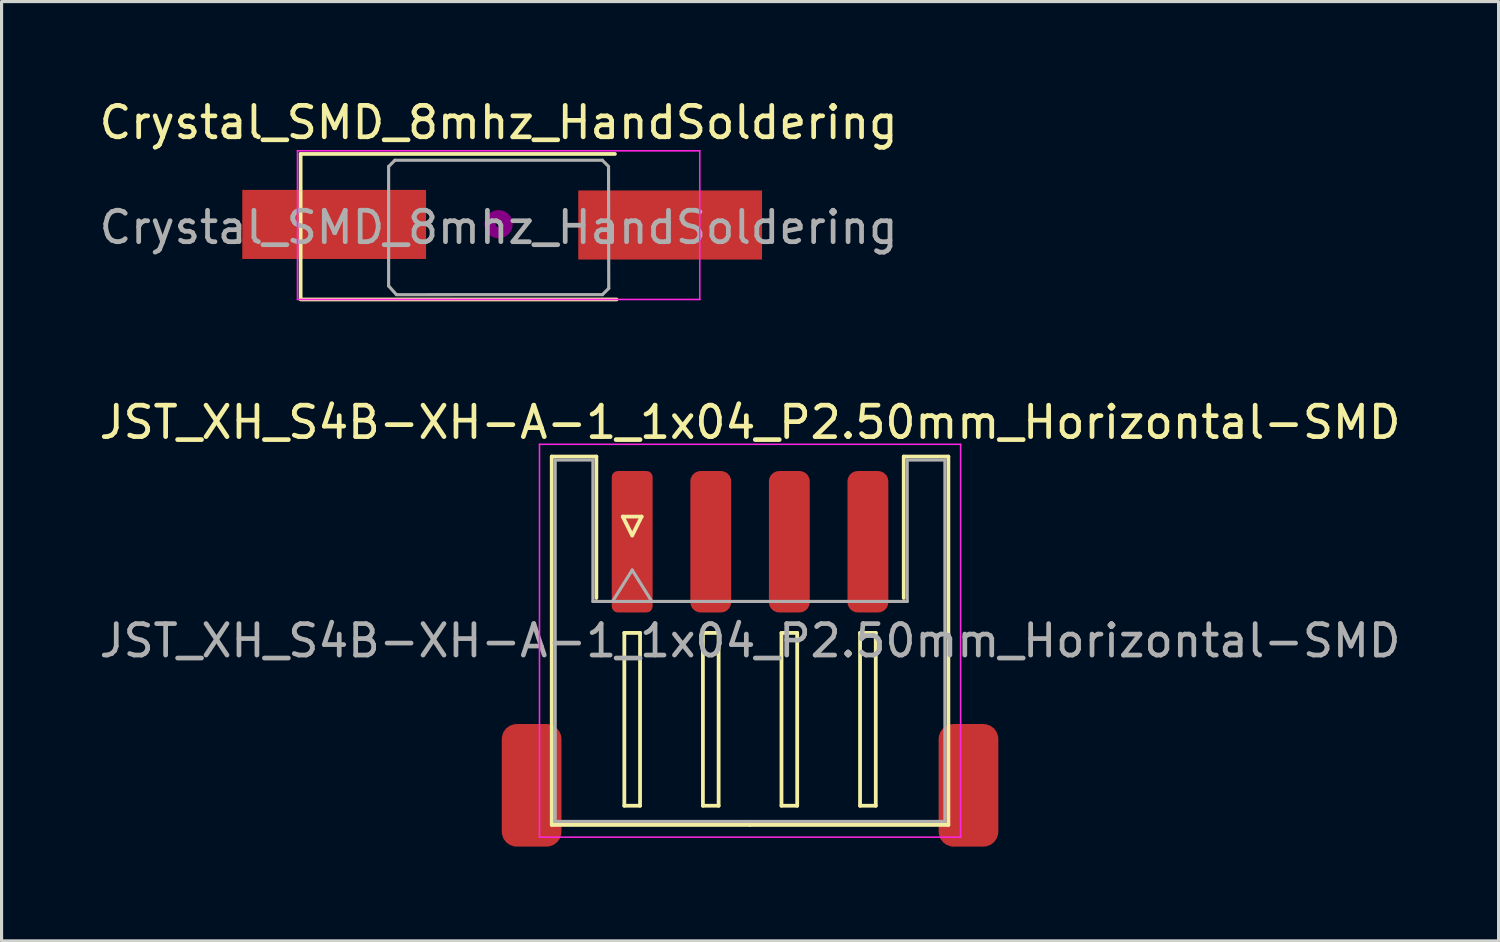
<source format=kicad_pcb>
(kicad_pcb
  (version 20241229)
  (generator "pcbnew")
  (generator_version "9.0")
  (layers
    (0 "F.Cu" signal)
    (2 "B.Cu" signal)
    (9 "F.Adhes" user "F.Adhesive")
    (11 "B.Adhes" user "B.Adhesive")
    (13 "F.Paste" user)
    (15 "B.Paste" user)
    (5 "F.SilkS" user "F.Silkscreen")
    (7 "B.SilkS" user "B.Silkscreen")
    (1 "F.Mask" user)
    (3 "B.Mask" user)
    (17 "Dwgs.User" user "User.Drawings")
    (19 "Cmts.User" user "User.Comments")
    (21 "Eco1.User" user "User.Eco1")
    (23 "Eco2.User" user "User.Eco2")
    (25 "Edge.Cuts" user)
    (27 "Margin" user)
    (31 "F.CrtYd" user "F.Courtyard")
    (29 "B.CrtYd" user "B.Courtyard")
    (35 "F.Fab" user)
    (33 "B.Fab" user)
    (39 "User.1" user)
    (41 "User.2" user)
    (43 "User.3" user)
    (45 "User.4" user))
  (footprint "JST_XH_S4B-XH-A-1_1x04_P2.50mm_Horizontal-SMD"
    (layer "F.Cu")
    (at 17.065 15.487)
    (property "Reference" "JST_XH_S4B-XH-A-1_1x04_P2.50mm_Horizontal-SMD" (at 3.75 -5.1 0) (layer "F.SilkS") (effects (font (size 1 1) (thickness 0.15))))
    (attr through_hole)
    (fp_line (start -2.56 -4.01) (end -1.14 -4.01) (stroke (width 0.12) (type solid)) (layer "F.SilkS"))
    (fp_line (start -2.56 7.71) (end -2.56 -4.01) (stroke (width 0.12) (type solid)) (layer "F.SilkS"))
    (fp_line (start -1.14 -4.01) (end -1.14 0.49) (stroke (width 0.12) (type solid)) (layer "F.SilkS"))
    (fp_line (start -0.3 -2.1) (end 0.3 -2.1) (stroke (width 0.12) (type solid)) (layer "F.SilkS"))
    (fp_line (start -0.25 1.6) (end -0.25 7.1) (stroke (width 0.12) (type solid)) (layer "F.SilkS"))
    (fp_line (start -0.25 7.1) (end 0.25 7.1) (stroke (width 0.12) (type solid)) (layer "F.SilkS"))
    (fp_line (start 0 -1.5) (end -0.3 -2.1) (stroke (width 0.12) (type solid)) (layer "F.SilkS"))
    (fp_line (start 0.25 1.6) (end -0.25 1.6) (stroke (width 0.12) (type solid)) (layer "F.SilkS"))
    (fp_line (start 0.25 7.1) (end 0.25 1.6) (stroke (width 0.12) (type solid)) (layer "F.SilkS"))
    (fp_line (start 0.3 -2.1) (end 0 -1.5) (stroke (width 0.12) (type solid)) (layer "F.SilkS"))
    (fp_line (start 2.25 1.6) (end 2.25 7.1) (stroke (width 0.12) (type solid)) (layer "F.SilkS"))
    (fp_line (start 2.25 7.1) (end 2.75 7.1) (stroke (width 0.12) (type solid)) (layer "F.SilkS"))
    (fp_line (start 2.75 1.6) (end 2.25 1.6) (stroke (width 0.12) (type solid)) (layer "F.SilkS"))
    (fp_line (start 2.75 7.1) (end 2.75 1.6) (stroke (width 0.12) (type solid)) (layer "F.SilkS"))
    (fp_line (start 3.75 7.71) (end -2.56 7.71) (stroke (width 0.12) (type solid)) (layer "F.SilkS"))
    (fp_line (start 3.75 7.71) (end 10.06 7.71) (stroke (width 0.12) (type solid)) (layer "F.SilkS"))
    (fp_line (start 4.75 1.6) (end 4.75 7.1) (stroke (width 0.12) (type solid)) (layer "F.SilkS"))
    (fp_line (start 4.75 7.1) (end 5.25 7.1) (stroke (width 0.12) (type solid)) (layer "F.SilkS"))
    (fp_line (start 5.25 1.6) (end 4.75 1.6) (stroke (width 0.12) (type solid)) (layer "F.SilkS"))
    (fp_line (start 5.25 7.1) (end 5.25 1.6) (stroke (width 0.12) (type solid)) (layer "F.SilkS"))
    (fp_line (start 7.25 1.6) (end 7.25 7.1) (stroke (width 0.12) (type solid)) (layer "F.SilkS"))
    (fp_line (start 7.25 7.1) (end 7.75 7.1) (stroke (width 0.12) (type solid)) (layer "F.SilkS"))
    (fp_line (start 7.75 1.6) (end 7.25 1.6) (stroke (width 0.12) (type solid)) (layer "F.SilkS"))
    (fp_line (start 7.75 7.1) (end 7.75 1.6) (stroke (width 0.12) (type solid)) (layer "F.SilkS"))
    (fp_line (start 8.64 -4.01) (end 8.64 0.49) (stroke (width 0.12) (type solid)) (layer "F.SilkS"))
    (fp_line (start 10.06 -4.01) (end 8.64 -4.01) (stroke (width 0.12) (type solid)) (layer "F.SilkS"))
    (fp_line (start 10.06 7.71) (end 10.06 -4.01) (stroke (width 0.12) (type solid)) (layer "F.SilkS"))
    (fp_line (start -2.95 -4.4) (end -2.95 8.1) (stroke (width 0.05) (type solid)) (layer "F.CrtYd"))
    (fp_line (start -2.95 8.1) (end 10.45 8.1) (stroke (width 0.05) (type solid)) (layer "F.CrtYd"))
    (fp_line (start 10.45 -4.4) (end -2.95 -4.4) (stroke (width 0.05) (type solid)) (layer "F.CrtYd"))
    (fp_line (start 10.45 8.1) (end 10.45 -4.4) (stroke (width 0.05) (type solid)) (layer "F.CrtYd"))
    (fp_line (start -2.45 -3.9) (end -1.25 -3.9) (stroke (width 0.1) (type solid)) (layer "F.Fab"))
    (fp_line (start -2.45 7.6) (end -2.45 -3.9) (stroke (width 0.1) (type solid)) (layer "F.Fab"))
    (fp_line (start -1.25 -3.9) (end -1.25 0.6) (stroke (width 0.1) (type solid)) (layer "F.Fab"))
    (fp_line (start -1.25 0.6) (end 3.75 0.6) (stroke (width 0.1) (type solid)) (layer "F.Fab"))
    (fp_line (start -0.625 0.6) (end 0 -0.4) (stroke (width 0.1) (type solid)) (layer "F.Fab"))
    (fp_line (start 0 -0.4) (end 0.625 0.6) (stroke (width 0.1) (type solid)) (layer "F.Fab"))
    (fp_line (start 3.75 7.6) (end -2.45 7.6) (stroke (width 0.1) (type solid)) (layer "F.Fab"))
    (fp_line (start 3.75 7.6) (end 9.95 7.6) (stroke (width 0.1) (type solid)) (layer "F.Fab"))
    (fp_line (start 8.75 -3.9) (end 8.75 0.6) (stroke (width 0.1) (type solid)) (layer "F.Fab"))
    (fp_line (start 8.75 0.6) (end 3.75 0.6) (stroke (width 0.1) (type solid)) (layer "F.Fab"))
    (fp_line (start 9.95 -3.9) (end 8.75 -3.9) (stroke (width 0.1) (type solid)) (layer "F.Fab"))
    (fp_line (start 9.95 7.6) (end 9.95 -3.9) (stroke (width 0.1) (type solid)) (layer "F.Fab"))
    (fp_text user "${REFERENCE}" (at 3.75 1.85 0) (layer "F.Fab") (effects (font (size 1 1) (thickness 0.15))))
    (pad "1" smd roundrect (at 0 -1.3) (size 1.3 4.5) (layers "F.Cu" "F.Mask" "F.Paste") (roundrect_rratio 0.147))
    (pad "2" smd roundrect (at 2.5 -1.3) (size 1.3 4.5) (layers "F.Cu" "F.Mask" "F.Paste") (roundrect_rratio 0.25))
    (pad "3" smd roundrect (at 5 -1.3) (size 1.3 4.5) (layers "F.Cu" "F.Mask" "F.Paste") (roundrect_rratio 0.25))
    (pad "4" smd roundrect (at 7.5 -1.3) (size 1.3 4.5) (layers "F.Cu" "F.Mask" "F.Paste") (roundrect_rratio 0.25))
    (pad "5" smd roundrect (at 10.7 6.45) (size 1.9 3.9) (layers "F.Cu" "F.Mask" "F.Paste") (roundrect_rratio 0.25))
    (pad "6" smd roundrect (at -3.2 6.45) (size 1.9 3.9) (layers "F.Cu" "F.Mask" "F.Paste") (roundrect_rratio 0.25)))
  (footprint "Crystal_SMD_8mhz_HandSoldering"
    (layer "F.Cu")
    (at 12.815 4.083)
    (property "Reference" "Crystal_SMD_8mhz_HandSoldering" (at 0 -3.235 0) (layer "F.SilkS") (effects (font (size 1 1) (thickness 0.15))))
    (attr smd)
    (fp_line (start -6.3 -2.235) (end -6.3 2.395) (stroke (width 0.12) (type solid)) (layer "F.SilkS"))
    (fp_line (start -6.248 2.395) (end 3.752 2.395) (stroke (width 0.12) (type solid)) (layer "F.SilkS"))
    (fp_line (start 3.7 -2.235) (end -6.3 -2.235) (stroke (width 0.12) (type solid)) (layer "F.SilkS"))
    (fp_circle (center 0 0) (end 0.093 0) (stroke (width 0.187) (type solid)) (fill no) (layer "F.Adhes"))
    (fp_circle (center 0 0) (end 0.213 0) (stroke (width 0.133) (type solid)) (fill no) (layer "F.Adhes"))
    (fp_circle (center 0 0) (end 0.333 0) (stroke (width 0.133) (type solid)) (fill no) (layer "F.Adhes"))
    (fp_circle (center 0 0) (end 0.4 0) (stroke (width 0.1) (type solid)) (fill no) (layer "F.Adhes"))
    (fp_line (start -6.4 -2.335) (end -6.4 2.395) (stroke (width 0.05) (type solid)) (layer "F.CrtYd"))
    (fp_line (start -6.4 2.395) (end 6.4 2.395) (stroke (width 0.05) (type solid)) (layer "F.CrtYd"))
    (fp_line (start 6.4 -2.335) (end -6.4 -2.335) (stroke (width 0.05) (type solid)) (layer "F.CrtYd"))
    (fp_line (start 6.4 2.395) (end 6.4 -2.335) (stroke (width 0.05) (type solid)) (layer "F.CrtYd"))
    (fp_line (start -3.5 -1.835) (end -3.3 -2.035) (stroke (width 0.1) (type solid)) (layer "F.Fab"))
    (fp_line (start -3.5 1.965) (end -3.5 -1.835) (stroke (width 0.1) (type solid)) (layer "F.Fab"))
    (fp_line (start -3.5 1.965) (end -3.251 2.243) (stroke (width 0.1) (type solid)) (layer "F.Fab"))
    (fp_line (start -3.3 -2.035) (end 3.3 -2.035) (stroke (width 0.1) (type solid)) (layer "F.Fab"))
    (fp_line (start 3.3 -2.035) (end 3.5 -1.835) (stroke (width 0.1) (type solid)) (layer "F.Fab"))
    (fp_line (start 3.304 2.241) (end -3.251 2.243) (stroke (width 0.1) (type solid)) (layer "F.Fab"))
    (fp_line (start 3.498 -1.783) (end 3.504 2.041) (stroke (width 0.1) (type solid)) (layer "F.Fab"))
    (fp_line (start 3.504 2.041) (end 3.304 2.241) (stroke (width 0.1) (type solid)) (layer "F.Fab"))
    (fp_text user "${REFERENCE}" (at 0 0.102 0) (layer "F.Fab") (effects (font (size 1 1) (thickness 0.15))))
    (pad "1" smd rect (at -5.232 0.008) (size 5.848 2.198) (layers "F.Cu" "F.Mask" "F.Paste"))
    (pad "2" smd rect (at 5.458 0.026) (size 5.848 2.198) (layers "F.Cu" "F.Mask" "F.Paste")))
  (gr_rect
    (start -3 -3)
    (end 44.631 26.887)
    (stroke (width 0.1) (type default))
    (fill no)
    (layer "Edge.Cuts")))
</source>
